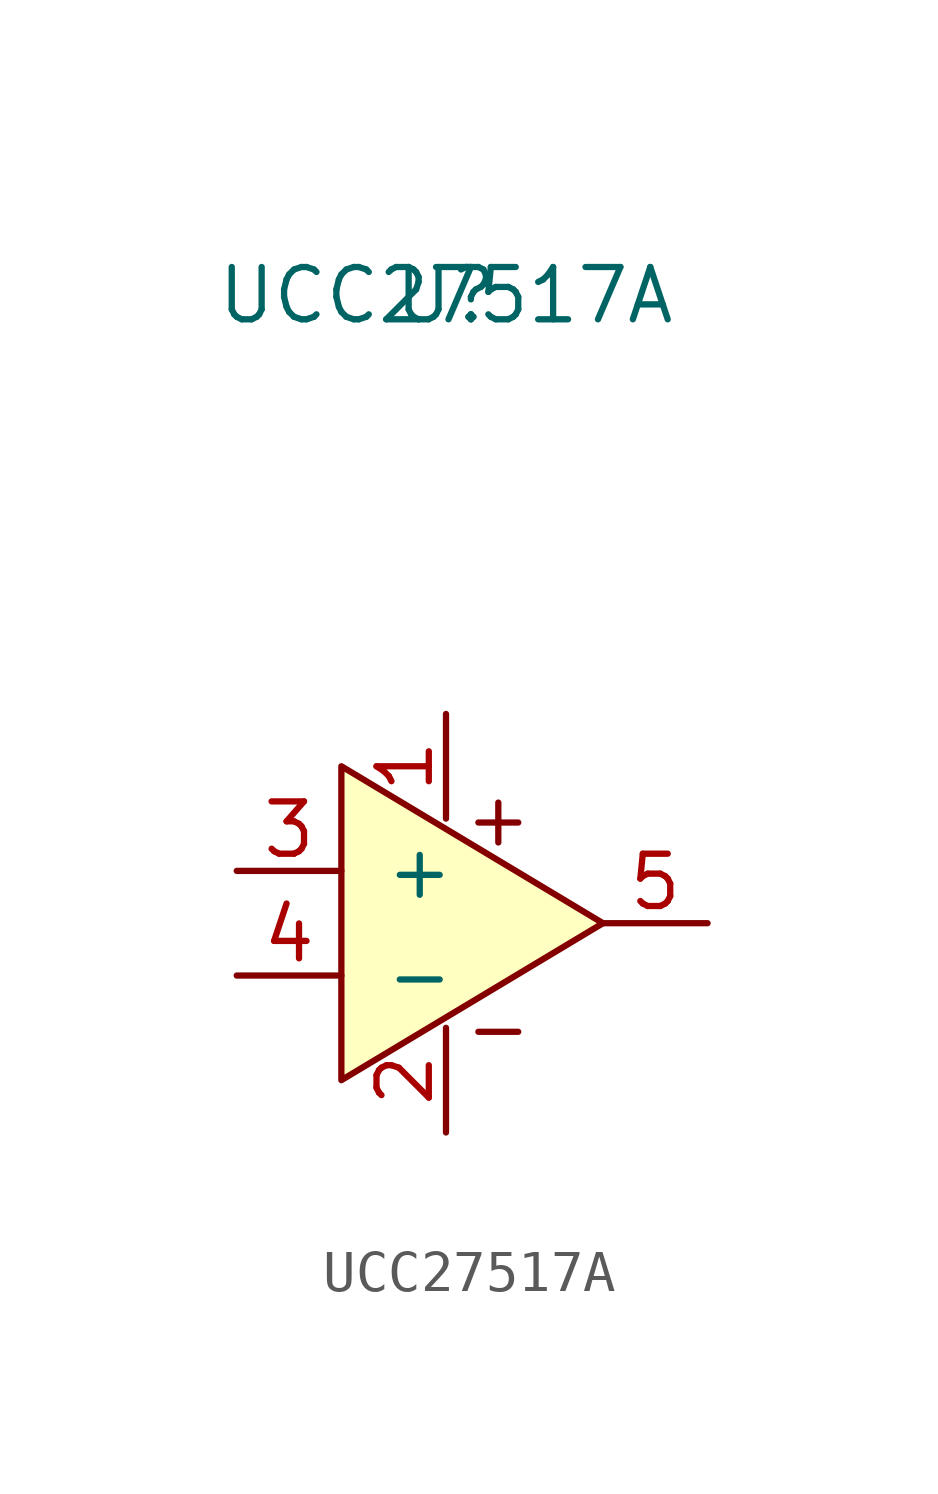
<source format=kicad_sym>
(kicad_symbol_lib
  (version 20211014)
  (generator kicad_symbol_editor)
  (symbol "UCC27517A"
    (pin_names
      (offset 1.016))
    (property "Reference" "U"
      (at 0 15.24 0)
      (effects (font (size 1.27 1.27))))
    (property "Value" "UCC27517A"
      (at 0 15.24 0)
      (effects (font (size 1.27 1.27))))
    (symbol "UCC27517A_0_0"
      (text "+" (at 1.27 2.54 0) (effects (font (size 1.27 1.27))))
      (text "-" (at 1.27 -2.54 0) (effects (font (size 1.27 1.27))))
      (pin power_in line (at 0 5.08 270) (length 2.54) (name "~" (effects (font (size 1.27 1.27)))) (number "1" (effects (font (size 1.27 1.27)))))
      (pin power_in line (at 0 -5.08 90) (length 2.54) (name "~" (effects (font (size 1.27 1.27)))) (number "2" (effects (font (size 1.27 1.27)))))
      (pin passive line (at -5.08 1.27 0) (length 2.54) (name "+" (effects (font (size 1.27 1.27)))) (number "3" (effects (font (size 1.27 1.27)))))
      (pin passive line (at -5.08 -1.27 0) (length 2.54) (name "-" (effects (font (size 1.27 1.27)))) (number "4" (effects (font (size 1.27 1.27)))))
      (pin passive line (at 6.35 0 180) (length 2.54) (name "~" (effects (font (size 1.27 1.27)))) (number "5" (effects (font (size 1.27 1.27))))))
    (symbol "UCC27517A_0_1"
      (polyline (pts (xy -2.54 3.81) (xy -2.54 -3.81) (xy 3.81 0) (xy -2.54 3.81)) (stroke (width 0) (type default) (color 0 0 0 0)) (fill (type background))))))
</source>
